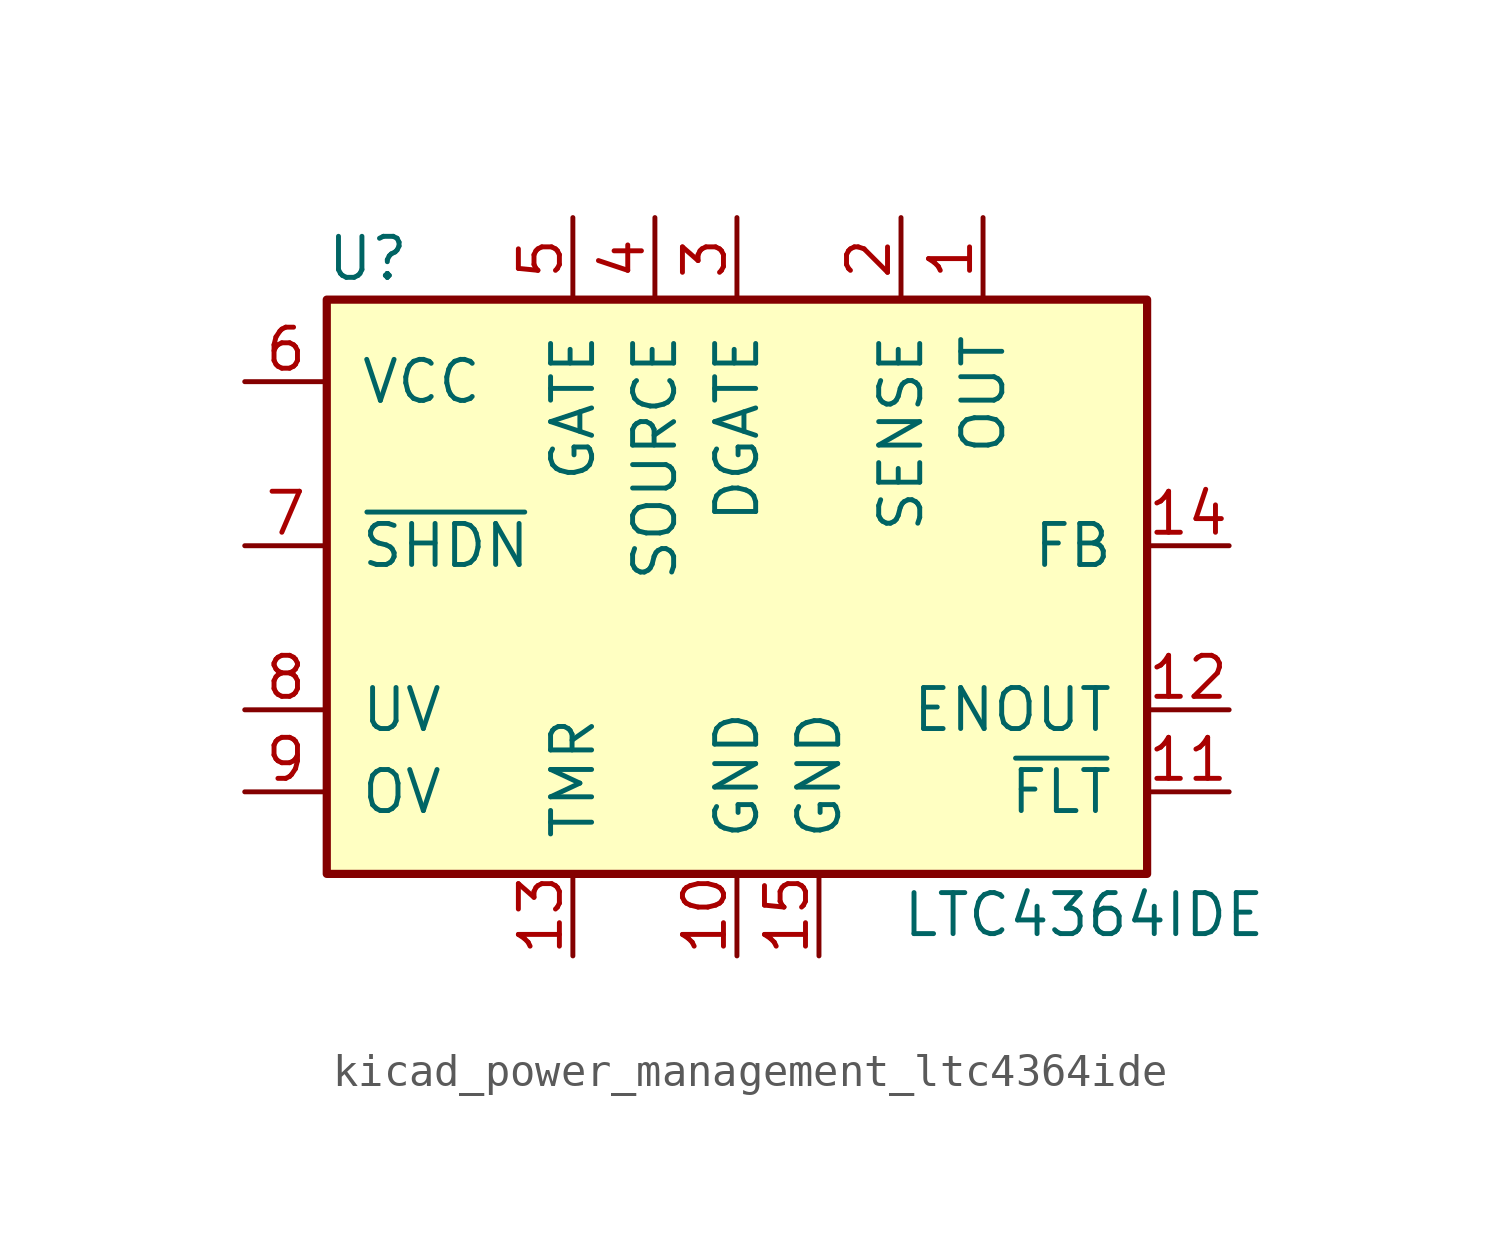
<source format=kicad_sym>
(kicad_symbol_lib
  (version 20220914)
  (generator kicad_symbol_editor)
  (symbol "kicad_power_management_ltc4364ide"
    (pin_names
      (offset 1.016))
    (property "Reference" "U"
      (at -11.43 8.89 0)
      (effects (font (size 1.27 1.27))))
    (property "Value" "LTC4364IDE"
      (at 5.08 -11.43 0)
      (effects (font (size 1.27 1.27)) (justify left)))
    (symbol "kicad_power_management_ltc4364ide_0_1"
      (rectangle (start -12.7 7.62) (end 12.7 -10.16) (stroke (width 0.254) (type default)) (fill (type background))))
    (symbol "kicad_power_management_ltc4364ide_1_1"
      (pin input line (at 7.62 10.16 270) (length 2.54) (name "OUT" (effects (font (size 1.27 1.27)))) (number "1" (effects (font (size 1.27 1.27)))))
      (pin power_in line (at 0 -12.7 90) (length 2.54) (name "GND" (effects (font (size 1.27 1.27)))) (number "10" (effects (font (size 1.27 1.27)))))
      (pin open_collector line (at 15.24 -7.62 180) (length 2.54) (name "~{FLT}" (effects (font (size 1.27 1.27)))) (number "11" (effects (font (size 1.27 1.27)))))
      (pin open_collector line (at 15.24 -5.08 180) (length 2.54) (name "ENOUT" (effects (font (size 1.27 1.27)))) (number "12" (effects (font (size 1.27 1.27)))))
      (pin input line (at -5.08 -12.7 90) (length 2.54) (name "TMR" (effects (font (size 1.27 1.27)))) (number "13" (effects (font (size 1.27 1.27)))))
      (pin input line (at 15.24 0 180) (length 2.54) (name "FB" (effects (font (size 1.27 1.27)))) (number "14" (effects (font (size 1.27 1.27)))))
      (pin power_in line (at 2.54 -12.7 90) (length 2.54) (name "GND" (effects (font (size 1.27 1.27)))) (number "15" (effects (font (size 1.27 1.27)))))
      (pin input line (at 5.08 10.16 270) (length 2.54) (name "SENSE" (effects (font (size 1.27 1.27)))) (number "2" (effects (font (size 1.27 1.27)))))
      (pin output line (at 0 10.16 270) (length 2.54) (name "DGATE" (effects (font (size 1.27 1.27)))) (number "3" (effects (font (size 1.27 1.27)))))
      (pin input line (at -2.54 10.16 270) (length 2.54) (name "SOURCE" (effects (font (size 1.27 1.27)))) (number "4" (effects (font (size 1.27 1.27)))))
      (pin output line (at -5.08 10.16 270) (length 2.54) (name "GATE" (effects (font (size 1.27 1.27)))) (number "5" (effects (font (size 1.27 1.27)))))
      (pin power_in line (at -15.24 5.08 0) (length 2.54) (name "VCC" (effects (font (size 1.27 1.27)))) (number "6" (effects (font (size 1.27 1.27)))))
      (pin input line (at -15.24 0 0) (length 2.54) (name "~{SHDN}" (effects (font (size 1.27 1.27)))) (number "7" (effects (font (size 1.27 1.27)))))
      (pin input line (at -15.24 -5.08 0) (length 2.54) (name "UV" (effects (font (size 1.27 1.27)))) (number "8" (effects (font (size 1.27 1.27)))))
      (pin input line (at -15.24 -7.62 0) (length 2.54) (name "OV" (effects (font (size 1.27 1.27)))) (number "9" (effects (font (size 1.27 1.27))))))))
</source>
